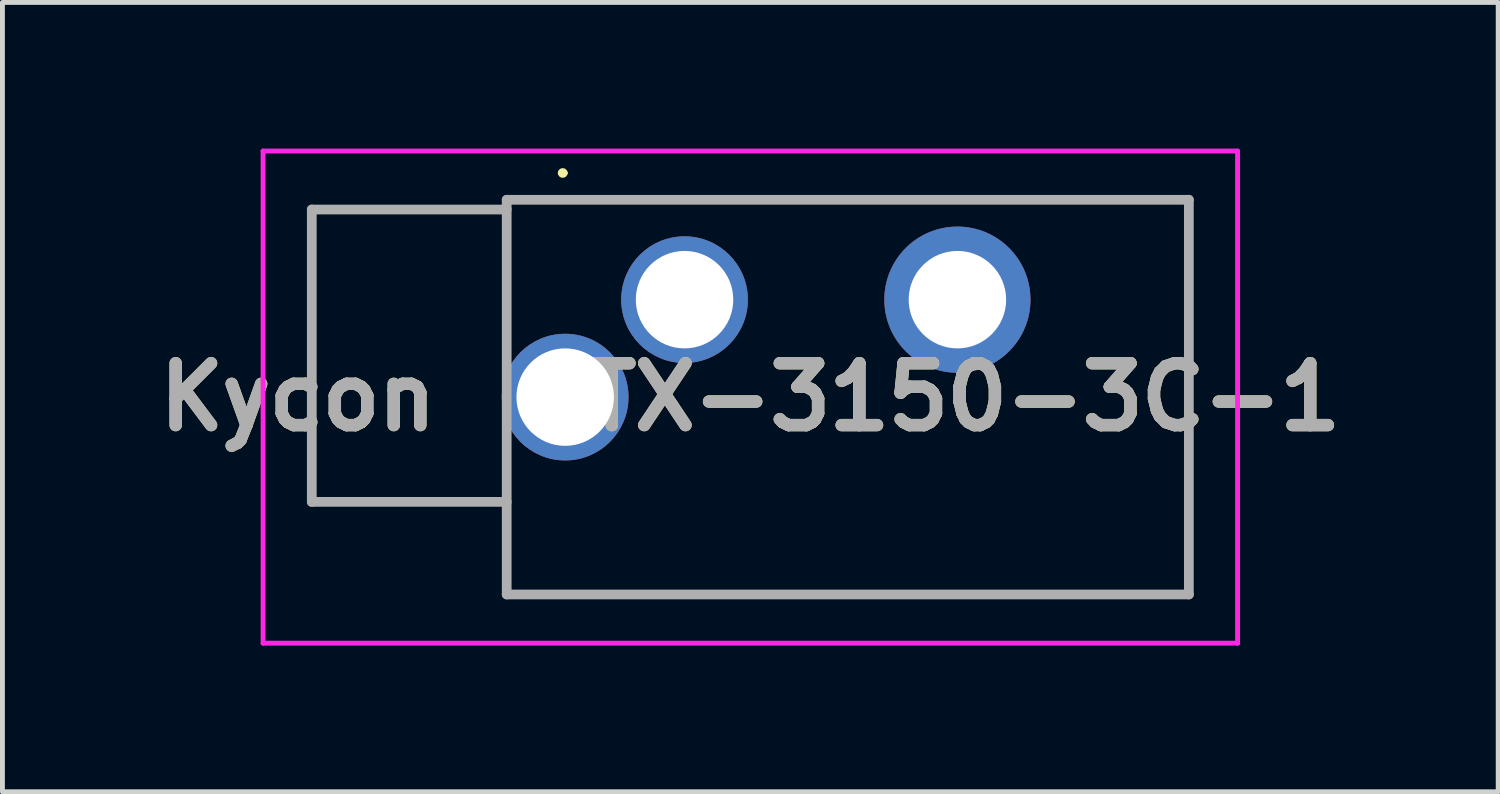
<source format=kicad_pcb>
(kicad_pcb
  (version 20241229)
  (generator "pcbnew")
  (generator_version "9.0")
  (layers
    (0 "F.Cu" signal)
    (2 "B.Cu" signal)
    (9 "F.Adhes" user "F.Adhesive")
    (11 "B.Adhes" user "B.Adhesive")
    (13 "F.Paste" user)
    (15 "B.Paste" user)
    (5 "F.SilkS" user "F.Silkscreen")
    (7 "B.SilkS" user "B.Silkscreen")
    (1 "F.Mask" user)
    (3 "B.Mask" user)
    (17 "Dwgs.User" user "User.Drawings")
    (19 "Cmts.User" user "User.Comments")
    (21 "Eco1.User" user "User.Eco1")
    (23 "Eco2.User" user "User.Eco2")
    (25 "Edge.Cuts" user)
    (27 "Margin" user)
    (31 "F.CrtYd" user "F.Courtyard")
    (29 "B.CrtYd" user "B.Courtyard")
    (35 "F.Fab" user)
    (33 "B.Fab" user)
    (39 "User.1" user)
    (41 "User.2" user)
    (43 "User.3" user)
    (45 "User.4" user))
  (footprint "Kycon  STX-3150-3C-1"
    (layer "F.Cu")
    (at 8.549 5.1)
    (property "Reference" "Kycon  STX-3150-3C-1" (at 3.8 0 0) (layer "F.SilkS") (effects (font (size 1.27 1.27) (thickness 0.254))))
    (attr through_hole)
    (fp_line (start -1.2 -4.05) (end -1.2 -1.5) (stroke (width 0.1) (type solid)) (layer "F.SilkS"))
    (fp_line (start -1.2 1.5) (end -1.2 4.05) (stroke (width 0.1) (type solid)) (layer "F.SilkS"))
    (fp_line (start -1.2 4.05) (end 12.8 4.05) (stroke (width 0.1) (type solid)) (layer "F.SilkS"))
    (fp_line (start -0.1 -4.6) (end -0.1 -4.6) (stroke (width 0.1) (type solid)) (layer "F.SilkS"))
    (fp_line (start 0 -4.6) (end 0 -4.6) (stroke (width 0.1) (type solid)) (layer "F.SilkS"))
    (fp_line (start 12.8 -4.05) (end -1.2 -4.05) (stroke (width 0.1) (type solid)) (layer "F.SilkS"))
    (fp_line (start 12.8 4.05) (end 12.8 -4.05) (stroke (width 0.1) (type solid)) (layer "F.SilkS"))
    (fp_arc (start -0.1 -4.6) (mid -0.05 -4.65) (end 0 -4.6) (stroke (width 0.1) (type solid)) (layer "F.SilkS"))
    (fp_arc (start 0 -4.6) (mid -0.05 -4.55) (end -0.1 -4.6) (stroke (width 0.1) (type solid)) (layer "F.SilkS"))
    (fp_line (start -6.2 -5.05) (end -6.2 5.05) (stroke (width 0.1) (type solid)) (layer "F.CrtYd"))
    (fp_line (start -6.2 5.05) (end 13.8 5.05) (stroke (width 0.1) (type solid)) (layer "F.CrtYd"))
    (fp_line (start 13.8 -5.05) (end -6.2 -5.05) (stroke (width 0.1) (type solid)) (layer "F.CrtYd"))
    (fp_line (start 13.8 5.05) (end 13.8 -5.05) (stroke (width 0.1) (type solid)) (layer "F.CrtYd"))
    (fp_line (start -5.2 -3.85) (end -1.2 -3.85) (stroke (width 0.2) (type solid)) (layer "F.Fab"))
    (fp_line (start -5.2 2.15) (end -5.2 -3.85) (stroke (width 0.2) (type solid)) (layer "F.Fab"))
    (fp_line (start -1.2 -4.05) (end -1.2 4.05) (stroke (width 0.2) (type solid)) (layer "F.Fab"))
    (fp_line (start -1.2 2.15) (end -5.2 2.15) (stroke (width 0.2) (type solid)) (layer "F.Fab"))
    (fp_line (start -1.2 4.05) (end 12.8 4.05) (stroke (width 0.2) (type solid)) (layer "F.Fab"))
    (fp_line (start 12.8 -4.05) (end -1.2 -4.05) (stroke (width 0.2) (type solid)) (layer "F.Fab"))
    (fp_line (start 12.8 4.05) (end 12.8 -4.05) (stroke (width 0.2) (type solid)) (layer "F.Fab"))
    (fp_text user "${REFERENCE}" (at 3.8 0 0) (layer "F.Fab") (effects (font (size 1.27 1.27) (thickness 0.254))))
    (pad "1" thru_hole circle (at 8.05 -2) (size 3 3) (drill 2) (layers "*.Cu" "*.Mask"))
    (pad "2" thru_hole circle (at 2.45 -2) (size 2.6 2.6) (drill 2) (layers "*.Cu" "*.Mask"))
    (pad "4" thru_hole circle (at 0 0) (size 2.6 2.6) (drill 2) (layers "*.Cu" "*.Mask")))
  (gr_rect
    (start -3 -3)
    (end 27.698 13.2)
    (stroke (width 0.1) (type default))
    (fill no)
    (layer "Edge.Cuts")))
</source>
